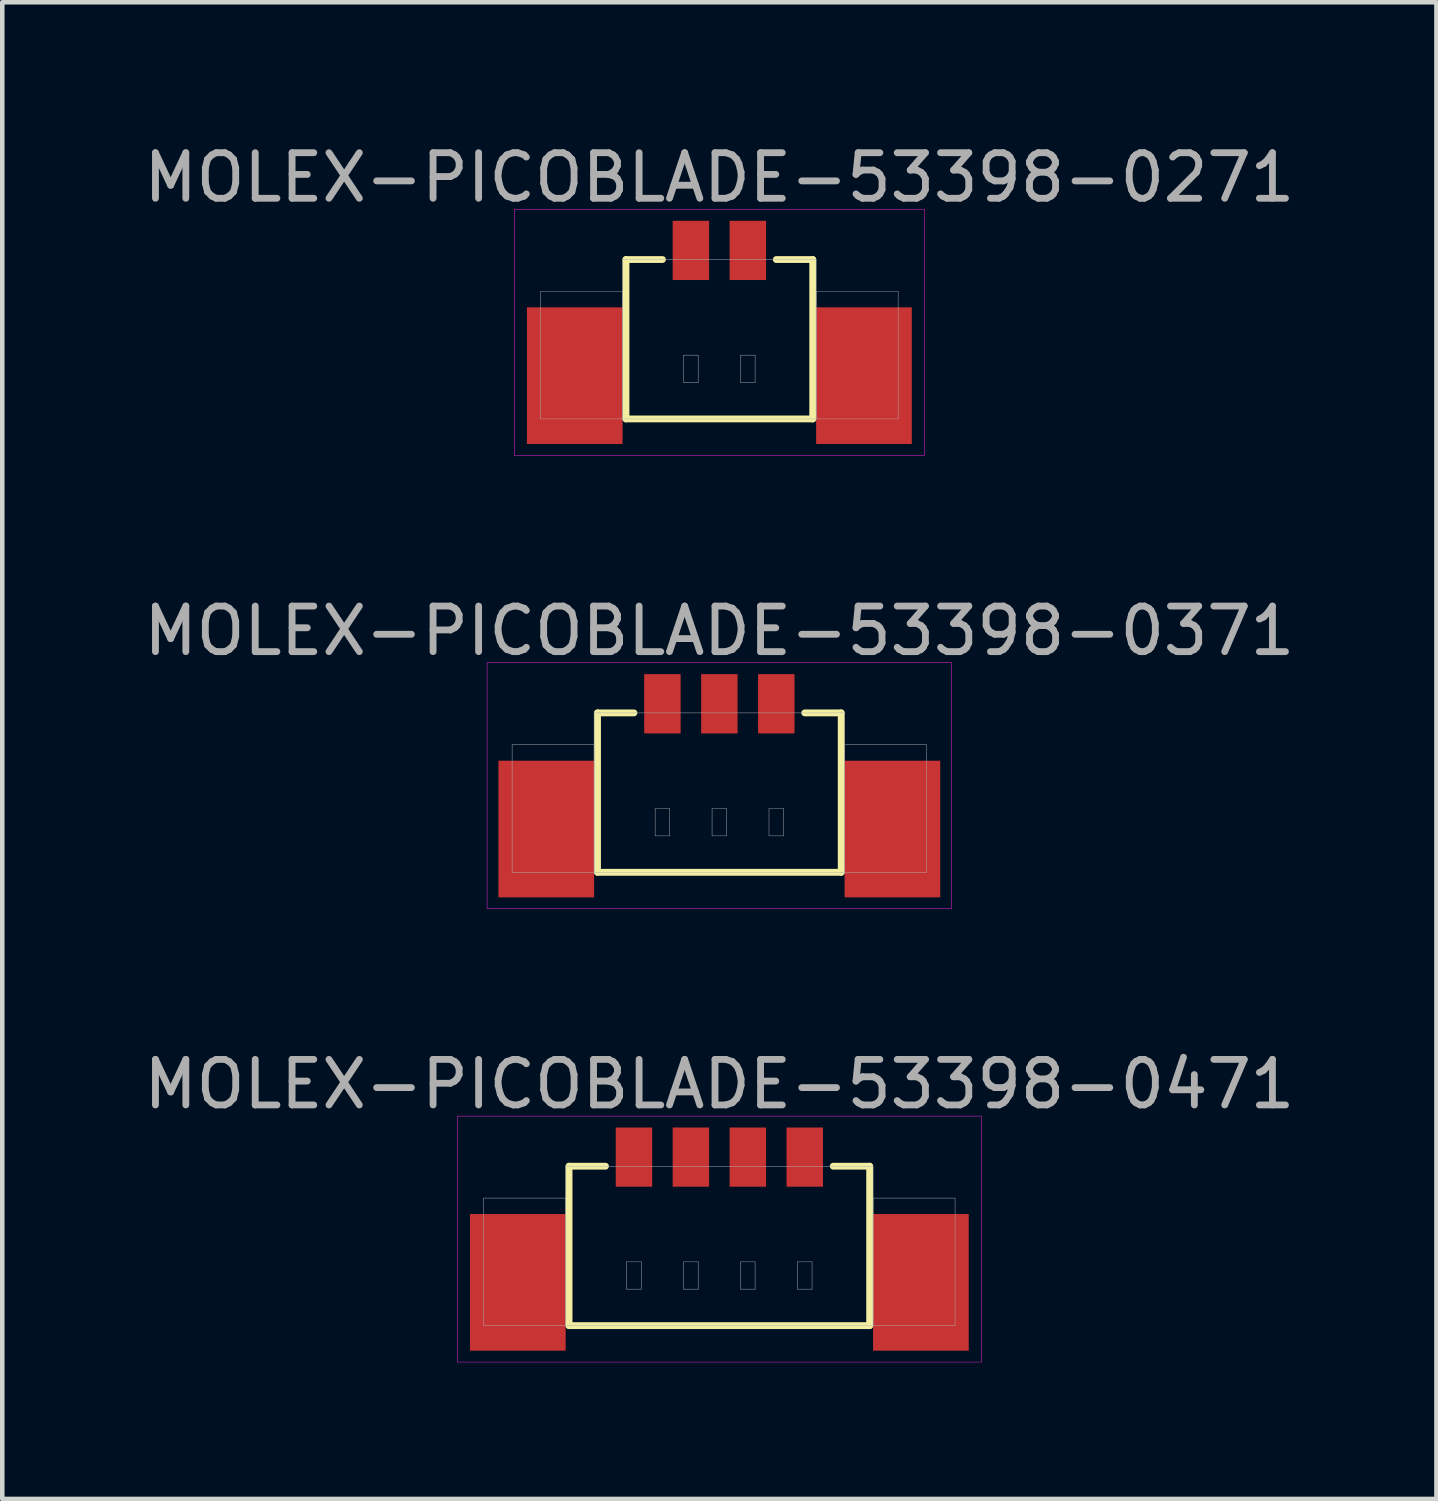
<source format=kicad_pcb>
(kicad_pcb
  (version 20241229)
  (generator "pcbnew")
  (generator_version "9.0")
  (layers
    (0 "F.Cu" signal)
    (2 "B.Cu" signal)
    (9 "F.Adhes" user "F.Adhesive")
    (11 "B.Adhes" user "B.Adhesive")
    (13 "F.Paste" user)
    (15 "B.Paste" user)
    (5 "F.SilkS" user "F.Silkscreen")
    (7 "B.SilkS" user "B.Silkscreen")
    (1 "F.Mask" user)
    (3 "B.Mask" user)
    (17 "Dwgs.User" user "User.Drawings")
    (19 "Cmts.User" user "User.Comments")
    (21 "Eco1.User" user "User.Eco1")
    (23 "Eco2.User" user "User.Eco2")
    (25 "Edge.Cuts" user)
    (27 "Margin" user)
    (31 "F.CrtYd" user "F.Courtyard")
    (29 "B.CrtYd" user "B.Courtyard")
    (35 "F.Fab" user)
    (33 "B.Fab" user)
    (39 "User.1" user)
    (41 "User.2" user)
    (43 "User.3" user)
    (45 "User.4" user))
  (footprint "MOLEX-PICOBLADE-53398-0371"
    (layer "F.Cu")
    (at 12.744 12.402)
    (property "Reference" "MOLEX-PICOBLADE-53398-0371" (at 0 -1.6 0) (layer "F.Fab") (effects (font (size 1 1) (thickness 0.15))))
    (attr through_hole)
    (fp_line (start -2.675 0.2) (end -2.675 3.7) (stroke (width 0.15) (type solid)) (layer "F.SilkS"))
    (fp_line (start -2.675 3.7) (end 2.675 3.7) (stroke (width 0.15) (type solid)) (layer "F.SilkS"))
    (fp_line (start -1.875 0.2) (end -2.675 0.2) (stroke (width 0.15) (type solid)) (layer "F.SilkS"))
    (fp_line (start 1.875 0.2) (end 2.675 0.2) (stroke (width 0.15) (type solid)) (layer "F.SilkS"))
    (fp_line (start 2.675 3.7) (end 2.675 0.2) (stroke (width 0.15) (type solid)) (layer "F.SilkS"))
    (fp_line (start -5.1 -0.9) (end 5.1 -0.9) (stroke (width 0.01) (type solid)) (layer "F.CrtYd"))
    (fp_line (start -5.1 4.5) (end -5.1 -0.9) (stroke (width 0.01) (type solid)) (layer "F.CrtYd"))
    (fp_line (start 5.1 -0.9) (end 5.1 4.5) (stroke (width 0.01) (type solid)) (layer "F.CrtYd"))
    (fp_line (start 5.1 4.5) (end -5.1 4.5) (stroke (width 0.01) (type solid)) (layer "F.CrtYd"))
    (fp_line (start -4.55 0.9) (end -2.75 0.9) (stroke (width 0.01) (type solid)) (layer "F.Fab"))
    (fp_line (start -4.55 3.7) (end -4.55 0.9) (stroke (width 0.01) (type solid)) (layer "F.Fab"))
    (fp_line (start -2.75 0.2) (end 2.75 0.2) (stroke (width 0.01) (type solid)) (layer "F.Fab"))
    (fp_line (start -2.75 0.9) (end -2.75 3.7) (stroke (width 0.01) (type solid)) (layer "F.Fab"))
    (fp_line (start -2.75 3.7) (end -4.55 3.7) (stroke (width 0.01) (type solid)) (layer "F.Fab"))
    (fp_line (start -2.75 3.7) (end -2.75 0.2) (stroke (width 0.01) (type solid)) (layer "F.Fab"))
    (fp_line (start -1.41 2.3) (end -1.09 2.3) (stroke (width 0.01) (type solid)) (layer "F.Fab"))
    (fp_line (start -1.41 2.9) (end -1.41 2.3) (stroke (width 0.01) (type solid)) (layer "F.Fab"))
    (fp_line (start -1.09 2.3) (end -1.09 2.9) (stroke (width 0.01) (type solid)) (layer "F.Fab"))
    (fp_line (start -1.09 2.9) (end -1.41 2.9) (stroke (width 0.01) (type solid)) (layer "F.Fab"))
    (fp_line (start -0.16 2.3) (end 0.16 2.3) (stroke (width 0.01) (type solid)) (layer "F.Fab"))
    (fp_line (start -0.16 2.9) (end -0.16 2.3) (stroke (width 0.01) (type solid)) (layer "F.Fab"))
    (fp_line (start 0.16 2.3) (end 0.16 2.9) (stroke (width 0.01) (type solid)) (layer "F.Fab"))
    (fp_line (start 0.16 2.9) (end -0.16 2.9) (stroke (width 0.01) (type solid)) (layer "F.Fab"))
    (fp_line (start 1.09 2.3) (end 1.41 2.3) (stroke (width 0.01) (type solid)) (layer "F.Fab"))
    (fp_line (start 1.09 2.9) (end 1.09 2.3) (stroke (width 0.01) (type solid)) (layer "F.Fab"))
    (fp_line (start 1.41 2.3) (end 1.41 2.9) (stroke (width 0.01) (type solid)) (layer "F.Fab"))
    (fp_line (start 1.41 2.9) (end 1.09 2.9) (stroke (width 0.01) (type solid)) (layer "F.Fab"))
    (fp_line (start 2.75 0.2) (end 2.75 3.7) (stroke (width 0.01) (type solid)) (layer "F.Fab"))
    (fp_line (start 2.75 0.9) (end 4.55 0.9) (stroke (width 0.01) (type solid)) (layer "F.Fab"))
    (fp_line (start 2.75 3.7) (end -2.75 3.7) (stroke (width 0.01) (type solid)) (layer "F.Fab"))
    (fp_line (start 2.75 3.7) (end 2.75 0.9) (stroke (width 0.01) (type solid)) (layer "F.Fab"))
    (fp_line (start 4.55 0.9) (end 4.55 3.7) (stroke (width 0.01) (type solid)) (layer "F.Fab"))
    (fp_line (start 4.55 3.7) (end 2.75 3.7) (stroke (width 0.01) (type solid)) (layer "F.Fab"))
    (pad "" smd rect (at -3.8 2.75) (size 2.1 3) (layers "F.Cu" "F.Mask" "F.Paste"))
    (pad "" smd rect (at 3.8 2.75) (size 2.1 3) (layers "F.Cu" "F.Mask" "F.Paste"))
    (pad "1" smd rect (at -1.25 0) (size 0.8 1.3) (layers "F.Cu" "F.Mask" "F.Paste"))
    (pad "2" smd rect (at 0 0) (size 0.8 1.3) (layers "F.Cu" "F.Mask" "F.Paste"))
    (pad "3" smd rect (at 1.25 0) (size 0.8 1.3) (layers "F.Cu" "F.Mask" "F.Paste")))
  (footprint "MOLEX-PICOBLADE-53398-0271"
    (layer "F.Cu")
    (at 12.744 2.448)
    (property "Reference" "MOLEX-PICOBLADE-53398-0271" (at 0 -1.6 0) (layer "F.Fab") (effects (font (size 1 1) (thickness 0.15))))
    (attr through_hole)
    (fp_line (start -2.05 0.2) (end -2.05 3.7) (stroke (width 0.15) (type solid)) (layer "F.SilkS"))
    (fp_line (start -2.05 3.7) (end 2.05 3.7) (stroke (width 0.15) (type solid)) (layer "F.SilkS"))
    (fp_line (start -1.25 0.2) (end -2.05 0.2) (stroke (width 0.15) (type solid)) (layer "F.SilkS"))
    (fp_line (start 1.25 0.2) (end 2.05 0.2) (stroke (width 0.15) (type solid)) (layer "F.SilkS"))
    (fp_line (start 2.05 3.7) (end 2.05 0.2) (stroke (width 0.15) (type solid)) (layer "F.SilkS"))
    (fp_line (start -4.5 -0.9) (end 4.5 -0.9) (stroke (width 0.01) (type solid)) (layer "F.CrtYd"))
    (fp_line (start -4.5 4.5) (end -4.5 -0.9) (stroke (width 0.01) (type solid)) (layer "F.CrtYd"))
    (fp_line (start 4.5 -0.9) (end 4.5 4.5) (stroke (width 0.01) (type solid)) (layer "F.CrtYd"))
    (fp_line (start 4.5 4.5) (end -4.5 4.5) (stroke (width 0.01) (type solid)) (layer "F.CrtYd"))
    (fp_line (start -3.925 0.9) (end -2.125 0.9) (stroke (width 0.01) (type solid)) (layer "F.Fab"))
    (fp_line (start -3.925 3.7) (end -3.925 0.9) (stroke (width 0.01) (type solid)) (layer "F.Fab"))
    (fp_line (start -2.125 0.2) (end 2.125 0.2) (stroke (width 0.01) (type solid)) (layer "F.Fab"))
    (fp_line (start -2.125 0.9) (end -2.125 3.7) (stroke (width 0.01) (type solid)) (layer "F.Fab"))
    (fp_line (start -2.125 3.7) (end -3.925 3.7) (stroke (width 0.01) (type solid)) (layer "F.Fab"))
    (fp_line (start -2.125 3.7) (end -2.125 0.2) (stroke (width 0.01) (type solid)) (layer "F.Fab"))
    (fp_line (start -0.785 2.3) (end -0.465 2.3) (stroke (width 0.01) (type solid)) (layer "F.Fab"))
    (fp_line (start -0.785 2.9) (end -0.785 2.3) (stroke (width 0.01) (type solid)) (layer "F.Fab"))
    (fp_line (start -0.465 2.3) (end -0.465 2.9) (stroke (width 0.01) (type solid)) (layer "F.Fab"))
    (fp_line (start -0.465 2.9) (end -0.785 2.9) (stroke (width 0.01) (type solid)) (layer "F.Fab"))
    (fp_line (start 0.465 2.3) (end 0.785 2.3) (stroke (width 0.01) (type solid)) (layer "F.Fab"))
    (fp_line (start 0.465 2.9) (end 0.465 2.3) (stroke (width 0.01) (type solid)) (layer "F.Fab"))
    (fp_line (start 0.785 2.3) (end 0.785 2.9) (stroke (width 0.01) (type solid)) (layer "F.Fab"))
    (fp_line (start 0.785 2.9) (end 0.465 2.9) (stroke (width 0.01) (type solid)) (layer "F.Fab"))
    (fp_line (start 2.125 0.2) (end 2.125 3.7) (stroke (width 0.01) (type solid)) (layer "F.Fab"))
    (fp_line (start 2.125 0.9) (end 3.925 0.9) (stroke (width 0.01) (type solid)) (layer "F.Fab"))
    (fp_line (start 2.125 3.7) (end -2.125 3.7) (stroke (width 0.01) (type solid)) (layer "F.Fab"))
    (fp_line (start 2.125 3.7) (end 2.125 0.9) (stroke (width 0.01) (type solid)) (layer "F.Fab"))
    (fp_line (start 3.925 0.9) (end 3.925 3.7) (stroke (width 0.01) (type solid)) (layer "F.Fab"))
    (fp_line (start 3.925 3.7) (end 2.125 3.7) (stroke (width 0.01) (type solid)) (layer "F.Fab"))
    (pad "" smd rect (at -3.175 2.75) (size 2.1 3) (layers "F.Cu" "F.Mask" "F.Paste"))
    (pad "" smd rect (at 3.175 2.75) (size 2.1 3) (layers "F.Cu" "F.Mask" "F.Paste"))
    (pad "1" smd rect (at -0.625 0) (size 0.8 1.3) (layers "F.Cu" "F.Mask" "F.Paste"))
    (pad "2" smd rect (at 0.625 0) (size 0.8 1.3) (layers "F.Cu" "F.Mask" "F.Paste")))
  (footprint "MOLEX-PICOBLADE-53398-0471"
    (layer "F.Cu")
    (at 12.744 22.355)
    (property "Reference" "MOLEX-PICOBLADE-53398-0471" (at 0 -1.6 0) (layer "F.Fab") (effects (font (size 1 1) (thickness 0.15))))
    (attr through_hole)
    (fp_line (start -3.3 0.2) (end -3.3 3.7) (stroke (width 0.15) (type solid)) (layer "F.SilkS"))
    (fp_line (start -3.3 3.7) (end 3.3 3.7) (stroke (width 0.15) (type solid)) (layer "F.SilkS"))
    (fp_line (start -2.5 0.2) (end -3.3 0.2) (stroke (width 0.15) (type solid)) (layer "F.SilkS"))
    (fp_line (start 2.5 0.2) (end 3.3 0.2) (stroke (width 0.15) (type solid)) (layer "F.SilkS"))
    (fp_line (start 3.3 3.7) (end 3.3 0.2) (stroke (width 0.15) (type solid)) (layer "F.SilkS"))
    (fp_line (start -5.75 -0.9) (end 5.75 -0.9) (stroke (width 0.01) (type solid)) (layer "F.CrtYd"))
    (fp_line (start -5.75 4.5) (end -5.75 -0.9) (stroke (width 0.01) (type solid)) (layer "F.CrtYd"))
    (fp_line (start 5.75 -0.9) (end 5.75 4.5) (stroke (width 0.01) (type solid)) (layer "F.CrtYd"))
    (fp_line (start 5.75 4.5) (end -5.75 4.5) (stroke (width 0.01) (type solid)) (layer "F.CrtYd"))
    (fp_line (start -5.175 0.9) (end -3.375 0.9) (stroke (width 0.01) (type solid)) (layer "F.Fab"))
    (fp_line (start -5.175 3.7) (end -5.175 0.9) (stroke (width 0.01) (type solid)) (layer "F.Fab"))
    (fp_line (start -3.375 0.2) (end 3.375 0.2) (stroke (width 0.01) (type solid)) (layer "F.Fab"))
    (fp_line (start -3.375 0.9) (end -3.375 3.7) (stroke (width 0.01) (type solid)) (layer "F.Fab"))
    (fp_line (start -3.375 3.7) (end -5.175 3.7) (stroke (width 0.01) (type solid)) (layer "F.Fab"))
    (fp_line (start -3.375 3.7) (end -3.375 0.2) (stroke (width 0.01) (type solid)) (layer "F.Fab"))
    (fp_line (start -2.035 2.3) (end -1.715 2.3) (stroke (width 0.01) (type solid)) (layer "F.Fab"))
    (fp_line (start -2.035 2.9) (end -2.035 2.3) (stroke (width 0.01) (type solid)) (layer "F.Fab"))
    (fp_line (start -1.715 2.3) (end -1.715 2.9) (stroke (width 0.01) (type solid)) (layer "F.Fab"))
    (fp_line (start -1.715 2.9) (end -2.035 2.9) (stroke (width 0.01) (type solid)) (layer "F.Fab"))
    (fp_line (start -0.785 2.3) (end -0.465 2.3) (stroke (width 0.01) (type solid)) (layer "F.Fab"))
    (fp_line (start -0.785 2.9) (end -0.785 2.3) (stroke (width 0.01) (type solid)) (layer "F.Fab"))
    (fp_line (start -0.465 2.3) (end -0.465 2.9) (stroke (width 0.01) (type solid)) (layer "F.Fab"))
    (fp_line (start -0.465 2.9) (end -0.785 2.9) (stroke (width 0.01) (type solid)) (layer "F.Fab"))
    (fp_line (start 0.465 2.3) (end 0.785 2.3) (stroke (width 0.01) (type solid)) (layer "F.Fab"))
    (fp_line (start 0.465 2.9) (end 0.465 2.3) (stroke (width 0.01) (type solid)) (layer "F.Fab"))
    (fp_line (start 0.785 2.3) (end 0.785 2.9) (stroke (width 0.01) (type solid)) (layer "F.Fab"))
    (fp_line (start 0.785 2.9) (end 0.465 2.9) (stroke (width 0.01) (type solid)) (layer "F.Fab"))
    (fp_line (start 1.715 2.3) (end 2.035 2.3) (stroke (width 0.01) (type solid)) (layer "F.Fab"))
    (fp_line (start 1.715 2.9) (end 1.715 2.3) (stroke (width 0.01) (type solid)) (layer "F.Fab"))
    (fp_line (start 2.035 2.3) (end 2.035 2.9) (stroke (width 0.01) (type solid)) (layer "F.Fab"))
    (fp_line (start 2.035 2.9) (end 1.715 2.9) (stroke (width 0.01) (type solid)) (layer "F.Fab"))
    (fp_line (start 3.375 0.2) (end 3.375 3.7) (stroke (width 0.01) (type solid)) (layer "F.Fab"))
    (fp_line (start 3.375 0.9) (end 5.175 0.9) (stroke (width 0.01) (type solid)) (layer "F.Fab"))
    (fp_line (start 3.375 3.7) (end -3.375 3.7) (stroke (width 0.01) (type solid)) (layer "F.Fab"))
    (fp_line (start 3.375 3.7) (end 3.375 0.9) (stroke (width 0.01) (type solid)) (layer "F.Fab"))
    (fp_line (start 5.175 0.9) (end 5.175 3.7) (stroke (width 0.01) (type solid)) (layer "F.Fab"))
    (fp_line (start 5.175 3.7) (end 3.375 3.7) (stroke (width 0.01) (type solid)) (layer "F.Fab"))
    (pad "" smd rect (at -4.425 2.75) (size 2.1 3) (layers "F.Cu" "F.Mask" "F.Paste"))
    (pad "" smd rect (at 4.425 2.75) (size 2.1 3) (layers "F.Cu" "F.Mask" "F.Paste"))
    (pad "1" smd rect (at -1.875 0) (size 0.8 1.3) (layers "F.Cu" "F.Mask" "F.Paste"))
    (pad "2" smd rect (at -0.625 0) (size 0.8 1.3) (layers "F.Cu" "F.Mask" "F.Paste"))
    (pad "3" smd rect (at 0.625 0) (size 0.8 1.3) (layers "F.Cu" "F.Mask" "F.Paste"))
    (pad "4" smd rect (at 1.875 0) (size 0.8 1.3) (layers "F.Cu" "F.Mask" "F.Paste")))
  (gr_rect
    (start -3 -3)
    (end 28.488 29.86)
    (stroke (width 0.1) (type default))
    (fill no)
    (layer "Edge.Cuts")))
</source>
